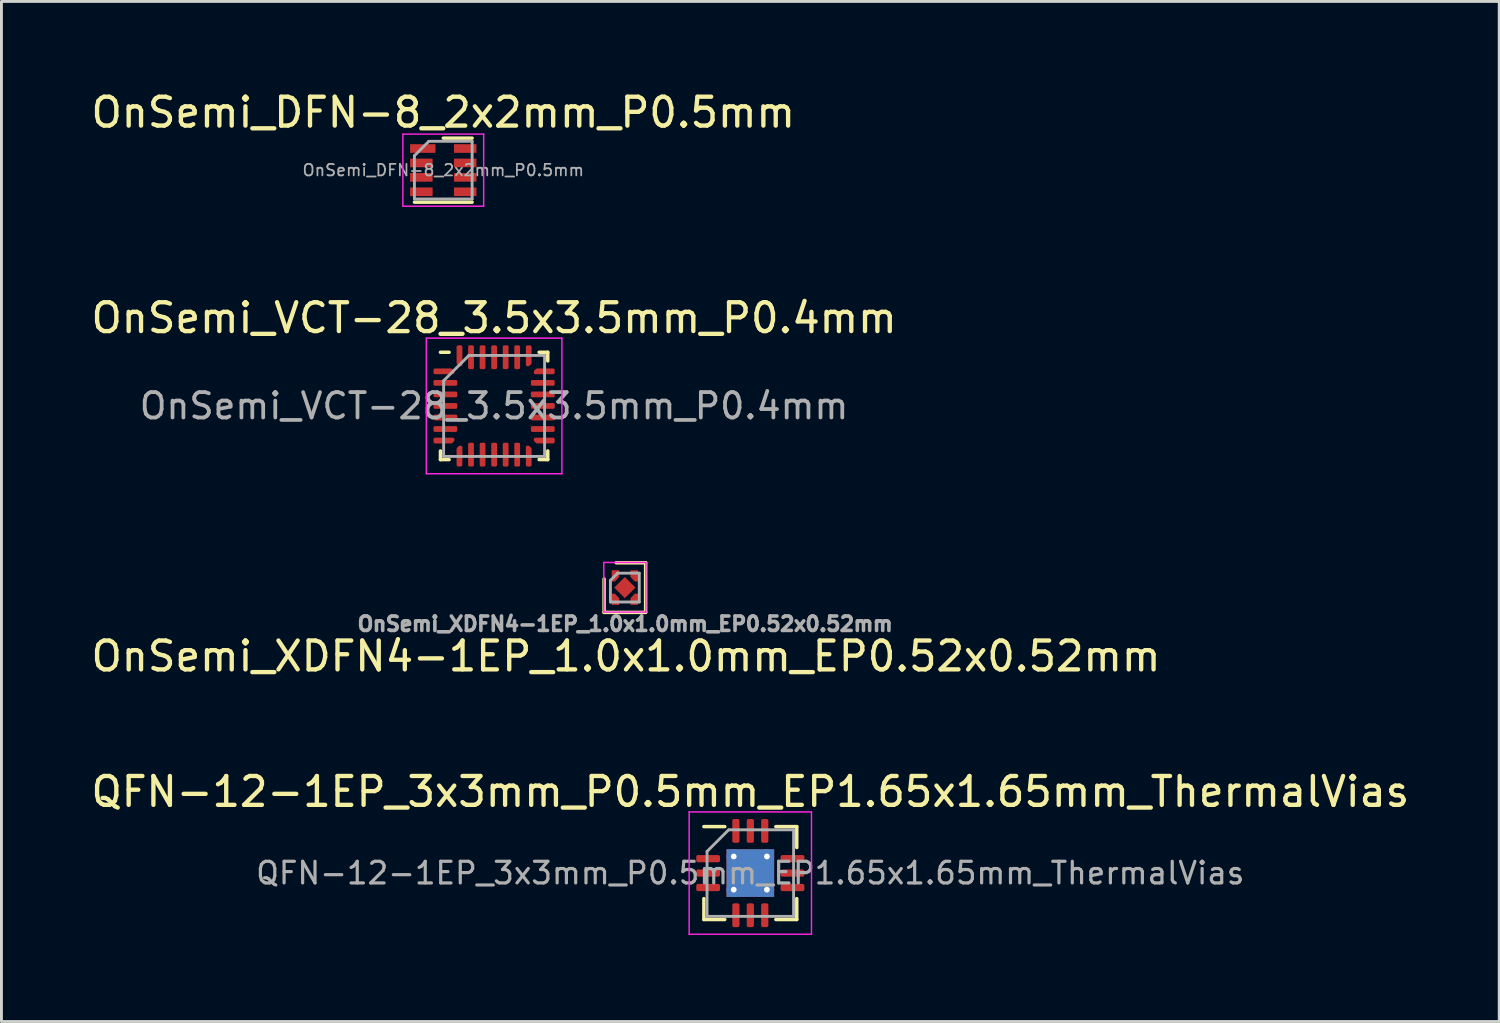
<source format=kicad_pcb>
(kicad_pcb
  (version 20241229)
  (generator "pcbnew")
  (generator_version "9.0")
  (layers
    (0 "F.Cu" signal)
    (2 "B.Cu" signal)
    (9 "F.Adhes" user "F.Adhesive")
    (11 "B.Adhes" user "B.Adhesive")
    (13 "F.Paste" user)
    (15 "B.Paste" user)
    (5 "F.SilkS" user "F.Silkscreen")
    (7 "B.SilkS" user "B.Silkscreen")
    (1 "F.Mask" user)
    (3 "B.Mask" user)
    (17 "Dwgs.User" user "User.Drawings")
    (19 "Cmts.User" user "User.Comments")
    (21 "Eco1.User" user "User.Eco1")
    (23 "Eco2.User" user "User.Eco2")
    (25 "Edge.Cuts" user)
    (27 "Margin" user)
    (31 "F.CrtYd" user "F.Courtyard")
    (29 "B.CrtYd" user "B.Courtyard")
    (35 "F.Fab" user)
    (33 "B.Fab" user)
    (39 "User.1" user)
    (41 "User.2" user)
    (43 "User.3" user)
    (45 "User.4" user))
  (footprint "OnSemi_DFN-8_2x2mm_P0.5mm"
    (layer "F.Cu")
    (at 12.315 2.848)
    (property "Reference" "OnSemi_DFN-8_2x2mm_P0.5mm" (at 0 -2 0) (layer "F.SilkS") (effects (font (size 1 1) (thickness 0.15))))
    (attr smd)
    (fp_line (start -1 1.11) (end 1 1.11) (stroke (width 0.12) (type solid)) (layer "F.SilkS"))
    (fp_line (start 0 -1.11) (end 1 -1.11) (stroke (width 0.12) (type solid)) (layer "F.SilkS"))
    (fp_line (start -1.4 -1.25) (end -1.4 1.25) (stroke (width 0.05) (type solid)) (layer "F.CrtYd"))
    (fp_line (start -1.4 -1.25) (end 1.4 -1.25) (stroke (width 0.05) (type solid)) (layer "F.CrtYd"))
    (fp_line (start -1.4 1.25) (end 1.4 1.25) (stroke (width 0.05) (type solid)) (layer "F.CrtYd"))
    (fp_line (start 1.4 -1.25) (end 1.4 1.25) (stroke (width 0.05) (type solid)) (layer "F.CrtYd"))
    (fp_line (start -1 -0.5) (end -0.5 -1) (stroke (width 0.1) (type solid)) (layer "F.Fab"))
    (fp_line (start -1 1) (end -1 -0.5) (stroke (width 0.1) (type solid)) (layer "F.Fab"))
    (fp_line (start -0.5 -1) (end 1 -1) (stroke (width 0.1) (type solid)) (layer "F.Fab"))
    (fp_line (start 1 -1) (end 1 1) (stroke (width 0.1) (type solid)) (layer "F.Fab"))
    (fp_line (start 1 1) (end -1 1) (stroke (width 0.1) (type solid)) (layer "F.Fab"))
    (fp_text user "${REFERENCE}" (at 0 0 0) (layer "F.Fab") (effects (font (size 0.4 0.4) (thickness 0.06))))
    (pad "1" smd rect (at -0.71 -0.75) (size 0.88 0.3) (layers "F.Cu" "F.Mask" "F.Paste"))
    (pad "2" smd rect (at -0.76 -0.25) (size 0.78 0.3) (layers "F.Cu" "F.Mask" "F.Paste"))
    (pad "3" smd rect (at -0.76 0.25) (size 0.78 0.3) (layers "F.Cu" "F.Mask" "F.Paste"))
    (pad "4" smd rect (at -0.76 0.75) (size 0.78 0.3) (layers "F.Cu" "F.Mask" "F.Paste"))
    (pad "5" smd rect (at 0.76 0.75) (size 0.78 0.3) (layers "F.Cu" "F.Mask" "F.Paste"))
    (pad "6" smd rect (at 0.76 0.25) (size 0.78 0.3) (layers "F.Cu" "F.Mask" "F.Paste"))
    (pad "7" smd rect (at 0.76 -0.25) (size 0.78 0.3) (layers "F.Cu" "F.Mask" "F.Paste"))
    (pad "8" smd rect (at 0.76 -0.75) (size 0.78 0.3) (layers "F.Cu" "F.Mask" "F.Paste")))
  (footprint "OnSemi_VCT-28_3.5x3.5mm_P0.4mm"
    (layer "F.Cu")
    (at 14.077 11.021)
    (property "Reference" "OnSemi_VCT-28_3.5x3.5mm_P0.4mm" (at 0 -3.05 0) (layer "F.SilkS") (effects (font (size 1 1) (thickness 0.15))))
    (attr smd)
    (fp_line (start -1.86 1.86) (end -1.86 1.56) (stroke (width 0.12) (type solid)) (layer "F.SilkS"))
    (fp_line (start -1.56 -1.86) (end -1.86 -1.86) (stroke (width 0.12) (type solid)) (layer "F.SilkS"))
    (fp_line (start -1.56 1.86) (end -1.86 1.86) (stroke (width 0.12) (type solid)) (layer "F.SilkS"))
    (fp_line (start 1.56 -1.86) (end 1.86 -1.86) (stroke (width 0.12) (type solid)) (layer "F.SilkS"))
    (fp_line (start 1.56 1.86) (end 1.86 1.86) (stroke (width 0.12) (type solid)) (layer "F.SilkS"))
    (fp_line (start 1.86 -1.86) (end 1.86 -1.56) (stroke (width 0.12) (type solid)) (layer "F.SilkS"))
    (fp_line (start 1.86 1.86) (end 1.86 1.56) (stroke (width 0.12) (type solid)) (layer "F.SilkS"))
    (fp_line (start -2.35 -2.35) (end -2.35 2.35) (stroke (width 0.05) (type solid)) (layer "F.CrtYd"))
    (fp_line (start -2.35 2.35) (end 2.35 2.35) (stroke (width 0.05) (type solid)) (layer "F.CrtYd"))
    (fp_line (start 2.35 -2.35) (end -2.35 -2.35) (stroke (width 0.05) (type solid)) (layer "F.CrtYd"))
    (fp_line (start 2.35 2.35) (end 2.35 -2.35) (stroke (width 0.05) (type solid)) (layer "F.CrtYd"))
    (fp_line (start -1.75 -0.875) (end -0.875 -1.75) (stroke (width 0.1) (type solid)) (layer "F.Fab"))
    (fp_line (start -1.75 1.75) (end -1.75 -0.875) (stroke (width 0.1) (type solid)) (layer "F.Fab"))
    (fp_line (start -0.875 -1.75) (end 1.75 -1.75) (stroke (width 0.1) (type solid)) (layer "F.Fab"))
    (fp_line (start 1.75 -1.75) (end 1.75 1.75) (stroke (width 0.1) (type solid)) (layer "F.Fab"))
    (fp_line (start 1.75 1.75) (end -1.75 1.75) (stroke (width 0.1) (type solid)) (layer "F.Fab"))
    (fp_text user "${REFERENCE}" (at 0 0 0) (layer "F.Fab") (effects (font (size 0.88 0.88) (thickness 0.13))))
    (pad "1" smd custom (at -1.738 -1.2) (size 0.136 0.136) (layers "F.Cu" "F.Mask" "F.Paste") (options (anchor circle)) (primitives (gr_poly (pts (xy 0.312 0.011) (xy 0.312 0.05) (xy -0.312 0.05) (xy -0.312 -0.05) (xy 0.252 -0.05)) (width 0.1) (fill yes))))
    (pad "2" smd roundrect (at -1.688 -0.8) (size 0.825 0.2) (layers "F.Cu" "F.Mask" "F.Paste") (roundrect_rratio 0.25))
    (pad "3" smd roundrect (at -1.688 -0.4) (size 0.825 0.2) (layers "F.Cu" "F.Mask" "F.Paste") (roundrect_rratio 0.25))
    (pad "4" smd roundrect (at -1.688 0) (size 0.825 0.2) (layers "F.Cu" "F.Mask" "F.Paste") (roundrect_rratio 0.25))
    (pad "5" smd roundrect (at -1.688 0.4) (size 0.825 0.2) (layers "F.Cu" "F.Mask" "F.Paste") (roundrect_rratio 0.25))
    (pad "6" smd roundrect (at -1.688 0.8) (size 0.825 0.2) (layers "F.Cu" "F.Mask" "F.Paste") (roundrect_rratio 0.25))
    (pad "7" smd custom (at -1.738 1.2) (size 0.136 0.136) (layers "F.Cu" "F.Mask" "F.Paste") (options (anchor circle)) (primitives (gr_poly (pts (xy 0.312 -0.011) (xy 0.252 0.05) (xy -0.312 0.05) (xy -0.312 -0.05) (xy 0.312 -0.05)) (width 0.1) (fill yes))))
    (pad "8" smd custom (at -1.2 1.738) (size 0.136 0.136) (layers "F.Cu" "F.Mask" "F.Paste") (options (anchor circle)) (primitives (gr_poly (pts (xy 0.05 0.312) (xy -0.05 0.312) (xy -0.05 -0.252) (xy 0.011 -0.312) (xy 0.05 -0.312)) (width 0.1) (fill yes))))
    (pad "9" smd roundrect (at -0.8 1.688) (size 0.2 0.825) (layers "F.Cu" "F.Mask" "F.Paste") (roundrect_rratio 0.25))
    (pad "10" smd roundrect (at -0.4 1.688) (size 0.2 0.825) (layers "F.Cu" "F.Mask" "F.Paste") (roundrect_rratio 0.25))
    (pad "11" smd roundrect (at 0 1.688) (size 0.2 0.825) (layers "F.Cu" "F.Mask" "F.Paste") (roundrect_rratio 0.25))
    (pad "12" smd roundrect (at 0.4 1.688) (size 0.2 0.825) (layers "F.Cu" "F.Mask" "F.Paste") (roundrect_rratio 0.25))
    (pad "13" smd roundrect (at 0.8 1.688) (size 0.2 0.825) (layers "F.Cu" "F.Mask" "F.Paste") (roundrect_rratio 0.25))
    (pad "14" smd custom (at 1.2 1.738) (size 0.136 0.136) (layers "F.Cu" "F.Mask" "F.Paste") (options (anchor circle)) (primitives (gr_poly (pts (xy 0.05 -0.252) (xy 0.05 0.312) (xy -0.05 0.312) (xy -0.05 -0.312) (xy -0.011 -0.312)) (width 0.1) (fill yes))))
    (pad "15" smd custom (at 1.738 1.2) (size 0.136 0.136) (layers "F.Cu" "F.Mask" "F.Paste") (options (anchor circle)) (primitives (gr_poly (pts (xy 0.312 0.05) (xy -0.252 0.05) (xy -0.312 -0.011) (xy -0.312 -0.05) (xy 0.312 -0.05)) (width 0.1) (fill yes))))
    (pad "16" smd roundrect (at 1.688 0.8) (size 0.825 0.2) (layers "F.Cu" "F.Mask" "F.Paste") (roundrect_rratio 0.25))
    (pad "17" smd roundrect (at 1.688 0.4) (size 0.825 0.2) (layers "F.Cu" "F.Mask" "F.Paste") (roundrect_rratio 0.25))
    (pad "18" smd roundrect (at 1.688 0) (size 0.825 0.2) (layers "F.Cu" "F.Mask" "F.Paste") (roundrect_rratio 0.25))
    (pad "19" smd roundrect (at 1.688 -0.4) (size 0.825 0.2) (layers "F.Cu" "F.Mask" "F.Paste") (roundrect_rratio 0.25))
    (pad "20" smd roundrect (at 1.688 -0.8) (size 0.825 0.2) (layers "F.Cu" "F.Mask" "F.Paste") (roundrect_rratio 0.25))
    (pad "21" smd custom (at 1.738 -1.2) (size 0.136 0.136) (layers "F.Cu" "F.Mask" "F.Paste") (options (anchor circle)) (primitives (gr_poly (pts (xy 0.312 0.05) (xy -0.312 0.05) (xy -0.312 0.011) (xy -0.252 -0.05) (xy 0.312 -0.05)) (width 0.1) (fill yes))))
    (pad "22" smd custom (at 1.2 -1.738) (size 0.136 0.136) (layers "F.Cu" "F.Mask" "F.Paste") (options (anchor circle)) (primitives (gr_poly (pts (xy 0.05 0.252) (xy -0.011 0.312) (xy -0.05 0.312) (xy -0.05 -0.312) (xy 0.05 -0.312)) (width 0.1) (fill yes))))
    (pad "23" smd roundrect (at 0.8 -1.688) (size 0.2 0.825) (layers "F.Cu" "F.Mask" "F.Paste") (roundrect_rratio 0.25))
    (pad "24" smd roundrect (at 0.4 -1.688) (size 0.2 0.825) (layers "F.Cu" "F.Mask" "F.Paste") (roundrect_rratio 0.25))
    (pad "25" smd roundrect (at 0 -1.688) (size 0.2 0.825) (layers "F.Cu" "F.Mask" "F.Paste") (roundrect_rratio 0.25))
    (pad "26" smd roundrect (at -0.4 -1.688) (size 0.2 0.825) (layers "F.Cu" "F.Mask" "F.Paste") (roundrect_rratio 0.25))
    (pad "27" smd roundrect (at -0.8 -1.688) (size 0.2 0.825) (layers "F.Cu" "F.Mask" "F.Paste") (roundrect_rratio 0.25))
    (pad "28" smd custom (at -1.2 -1.738) (size 0.136 0.136) (layers "F.Cu" "F.Mask" "F.Paste") (options (anchor circle)) (primitives (gr_poly (pts (xy 0.05 0.312) (xy 0.011 0.312) (xy -0.05 0.252) (xy -0.05 -0.312) (xy 0.05 -0.312)) (width 0.1) (fill yes)))))
  (footprint "QFN-12-1EP_3x3mm_P0.5mm_EP1.65x1.65mm_ThermalVias"
    (layer "F.Cu")
    (at 22.958 27.213)
    (property "Reference" "QFN-12-1EP_3x3mm_P0.5mm_EP1.65x1.65mm_ThermalVias" (at 0 -2.82 0) (layer "F.SilkS") (effects (font (size 1 1) (thickness 0.15))))
    (attr smd)
    (fp_line (start -1.61 1.61) (end -1.61 0.885) (stroke (width 0.12) (type solid)) (layer "F.SilkS"))
    (fp_line (start -0.885 -1.61) (end -1.61 -1.61) (stroke (width 0.12) (type solid)) (layer "F.SilkS"))
    (fp_line (start -0.885 1.61) (end -1.61 1.61) (stroke (width 0.12) (type solid)) (layer "F.SilkS"))
    (fp_line (start 0.885 -1.61) (end 1.61 -1.61) (stroke (width 0.12) (type solid)) (layer "F.SilkS"))
    (fp_line (start 0.885 1.61) (end 1.61 1.61) (stroke (width 0.12) (type solid)) (layer "F.SilkS"))
    (fp_line (start 1.61 -1.61) (end 1.61 -0.885) (stroke (width 0.12) (type solid)) (layer "F.SilkS"))
    (fp_line (start 1.61 1.61) (end 1.61 0.885) (stroke (width 0.12) (type solid)) (layer "F.SilkS"))
    (fp_line (start -2.12 -2.12) (end -2.12 2.12) (stroke (width 0.05) (type solid)) (layer "F.CrtYd"))
    (fp_line (start -2.12 2.12) (end 2.12 2.12) (stroke (width 0.05) (type solid)) (layer "F.CrtYd"))
    (fp_line (start 2.12 -2.12) (end -2.12 -2.12) (stroke (width 0.05) (type solid)) (layer "F.CrtYd"))
    (fp_line (start 2.12 2.12) (end 2.12 -2.12) (stroke (width 0.05) (type solid)) (layer "F.CrtYd"))
    (fp_line (start -1.5 -0.75) (end -0.75 -1.5) (stroke (width 0.1) (type solid)) (layer "F.Fab"))
    (fp_line (start -1.5 1.5) (end -1.5 -0.75) (stroke (width 0.1) (type solid)) (layer "F.Fab"))
    (fp_line (start -0.75 -1.5) (end 1.5 -1.5) (stroke (width 0.1) (type solid)) (layer "F.Fab"))
    (fp_line (start 1.5 -1.5) (end 1.5 1.5) (stroke (width 0.1) (type solid)) (layer "F.Fab"))
    (fp_line (start 1.5 1.5) (end -1.5 1.5) (stroke (width 0.1) (type solid)) (layer "F.Fab"))
    (fp_text user "${REFERENCE}" (at 0 0 0) (layer "F.Fab") (effects (font (size 0.75 0.75) (thickness 0.11))))
    (pad "" smd roundrect (at -0.41 -0.41) (size 0.71 0.71) (layers "F.Paste") (roundrect_rratio 0.25))
    (pad "" smd roundrect (at -0.41 0.41) (size 0.71 0.71) (layers "F.Paste") (roundrect_rratio 0.25))
    (pad "" smd roundrect (at 0.41 -0.41) (size 0.71 0.71) (layers "F.Paste") (roundrect_rratio 0.25))
    (pad "" smd roundrect (at 0.41 0.41) (size 0.71 0.71) (layers "F.Paste") (roundrect_rratio 0.25))
    (pad "1" smd roundrect (at -1.462 -0.5) (size 0.825 0.25) (layers "F.Cu" "F.Mask" "F.Paste") (roundrect_rratio 0.25))
    (pad "2" smd roundrect (at -1.462 0) (size 0.825 0.25) (layers "F.Cu" "F.Mask" "F.Paste") (roundrect_rratio 0.25))
    (pad "3" smd roundrect (at -1.462 0.5) (size 0.825 0.25) (layers "F.Cu" "F.Mask" "F.Paste") (roundrect_rratio 0.25))
    (pad "4" smd roundrect (at -0.5 1.462) (size 0.25 0.825) (layers "F.Cu" "F.Mask" "F.Paste") (roundrect_rratio 0.25))
    (pad "5" smd roundrect (at 0 1.462) (size 0.25 0.825) (layers "F.Cu" "F.Mask" "F.Paste") (roundrect_rratio 0.25))
    (pad "6" smd roundrect (at 0.5 1.462) (size 0.25 0.825) (layers "F.Cu" "F.Mask" "F.Paste") (roundrect_rratio 0.25))
    (pad "7" smd roundrect (at 1.462 0.5) (size 0.825 0.25) (layers "F.Cu" "F.Mask" "F.Paste") (roundrect_rratio 0.25))
    (pad "8" smd roundrect (at 1.462 0) (size 0.825 0.25) (layers "F.Cu" "F.Mask" "F.Paste") (roundrect_rratio 0.25))
    (pad "9" smd roundrect (at 1.462 -0.5) (size 0.825 0.25) (layers "F.Cu" "F.Mask" "F.Paste") (roundrect_rratio 0.25))
    (pad "10" smd roundrect (at 0.5 -1.462) (size 0.25 0.825) (layers "F.Cu" "F.Mask" "F.Paste") (roundrect_rratio 0.25))
    (pad "11" smd roundrect (at 0 -1.462) (size 0.25 0.825) (layers "F.Cu" "F.Mask" "F.Paste") (roundrect_rratio 0.25))
    (pad "12" smd roundrect (at -0.5 -1.462) (size 0.25 0.825) (layers "F.Cu" "F.Mask" "F.Paste") (roundrect_rratio 0.25))
    (pad "13" thru_hole circle (at -0.575 -0.575) (size 0.5 0.5) (drill 0.2) (layers "*.Cu"))
    (pad "13" thru_hole circle (at -0.575 0.575) (size 0.5 0.5) (drill 0.2) (layers "*.Cu"))
    (pad "13" smd rect (at 0 0) (size 1.65 1.65) (layers "F.Cu" "F.Mask"))
    (pad "13" smd rect (at 0 0) (size 1.65 1.65) (layers "B.Cu"))
    (pad "13" thru_hole circle (at 0.575 -0.575) (size 0.5 0.5) (drill 0.2) (layers "*.Cu"))
    (pad "13" thru_hole circle (at 0.575 0.575) (size 0.5 0.5) (drill 0.2) (layers "*.Cu")))
  (footprint "OnSemi_XDFN4-1EP_1.0x1.0mm_EP0.52x0.52mm"
    (layer "F.Cu")
    (at 18.609 17.317)
    (property "Reference" "OnSemi_XDFN4-1EP_1.0x1.0mm_EP0.52x0.52mm" (at 0.04 2.38 0) (layer "F.SilkS") (effects (font (size 1 1) (thickness 0.15))))
    (attr smd)
    (fp_line (start -0.72 -0.3) (end -0.72 0.86) (stroke (width 0.12) (type solid)) (layer "F.SilkS"))
    (fp_line (start -0.72 0.86) (end 0.72 0.86) (stroke (width 0.12) (type solid)) (layer "F.SilkS"))
    (fp_line (start 0.72 -0.86) (end -0.3 -0.86) (stroke (width 0.12) (type solid)) (layer "F.SilkS"))
    (fp_line (start 0.72 0.86) (end 0.72 -0.86) (stroke (width 0.12) (type solid)) (layer "F.SilkS"))
    (fp_line (start -0.73 -0.87) (end 0.73 -0.87) (stroke (width 0.05) (type solid)) (layer "F.CrtYd"))
    (fp_line (start -0.73 0.85) (end -0.73 -0.87) (stroke (width 0.05) (type solid)) (layer "F.CrtYd"))
    (fp_line (start 0.73 -0.87) (end 0.73 0.85) (stroke (width 0.05) (type solid)) (layer "F.CrtYd"))
    (fp_line (start 0.73 0.85) (end -0.73 0.85) (stroke (width 0.05) (type solid)) (layer "F.CrtYd"))
    (fp_line (start -0.5 -0.25) (end -0.25 -0.5) (stroke (width 0.1) (type solid)) (layer "F.Fab"))
    (fp_line (start -0.5 0.5) (end -0.5 -0.25) (stroke (width 0.1) (type solid)) (layer "F.Fab"))
    (fp_line (start -0.25 -0.5) (end 0.5 -0.5) (stroke (width 0.1) (type solid)) (layer "F.Fab"))
    (fp_line (start 0.5 -0.5) (end 0.5 0.5) (stroke (width 0.1) (type solid)) (layer "F.Fab"))
    (fp_line (start 0.5 0.5) (end -0.5 0.5) (stroke (width 0.1) (type solid)) (layer "F.Fab"))
    (fp_text user "${REFERENCE}" (at 0.01 1.26 0) (layer "F.Fab") (effects (font (size 0.5 0.5) (thickness 0.125))))
    (pad "1" smd custom (at -0.325 -0.485 180) (size 0.26 0.23) (layers "F.Cu" "F.Mask" "F.Paste") (options (anchor rect)) (primitives (gr_poly (pts (xy 0.13 -0.115) (xy -0.13 -0.115) (xy 0.02 -0.275) (xy 0.13 -0.275)) (width 0) (fill yes))))
    (pad "2" smd custom (at 0.325 -0.485 180) (size 0.26 0.23) (layers "F.Cu" "F.Mask" "F.Paste") (options (anchor rect)) (primitives (gr_poly (pts (xy 0.13 -0.115) (xy -0.13 -0.115) (xy -0.13 -0.275) (xy -0.02 -0.275)) (width 0) (fill yes))))
    (pad "3" smd custom (at 0.325 0.485) (size 0.26 0.23) (layers "F.Cu" "F.Mask" "F.Paste") (options (anchor rect)) (primitives (gr_poly (pts (xy 0.13 -0.115) (xy -0.13 -0.115) (xy 0.02 -0.275) (xy 0.13 -0.275)) (width 0) (fill yes))))
    (pad "4" smd custom (at -0.325 0.485) (size 0.26 0.23) (layers "F.Cu" "F.Mask" "F.Paste") (options (anchor rect)) (primitives (gr_poly (pts (xy 0.13 -0.115) (xy -0.13 -0.115) (xy -0.13 -0.275) (xy -0.02 -0.275)) (width 0) (fill yes))))
    (pad "5" smd rect (at 0 0 45) (size 0.52 0.52) (layers "F.Cu" "F.Mask" "F.Paste")))
  (gr_rect
    (start -3 -3)
    (end 48.917 32.358)
    (stroke (width 0.1) (type default))
    (fill no)
    (layer "Edge.Cuts")))
</source>
